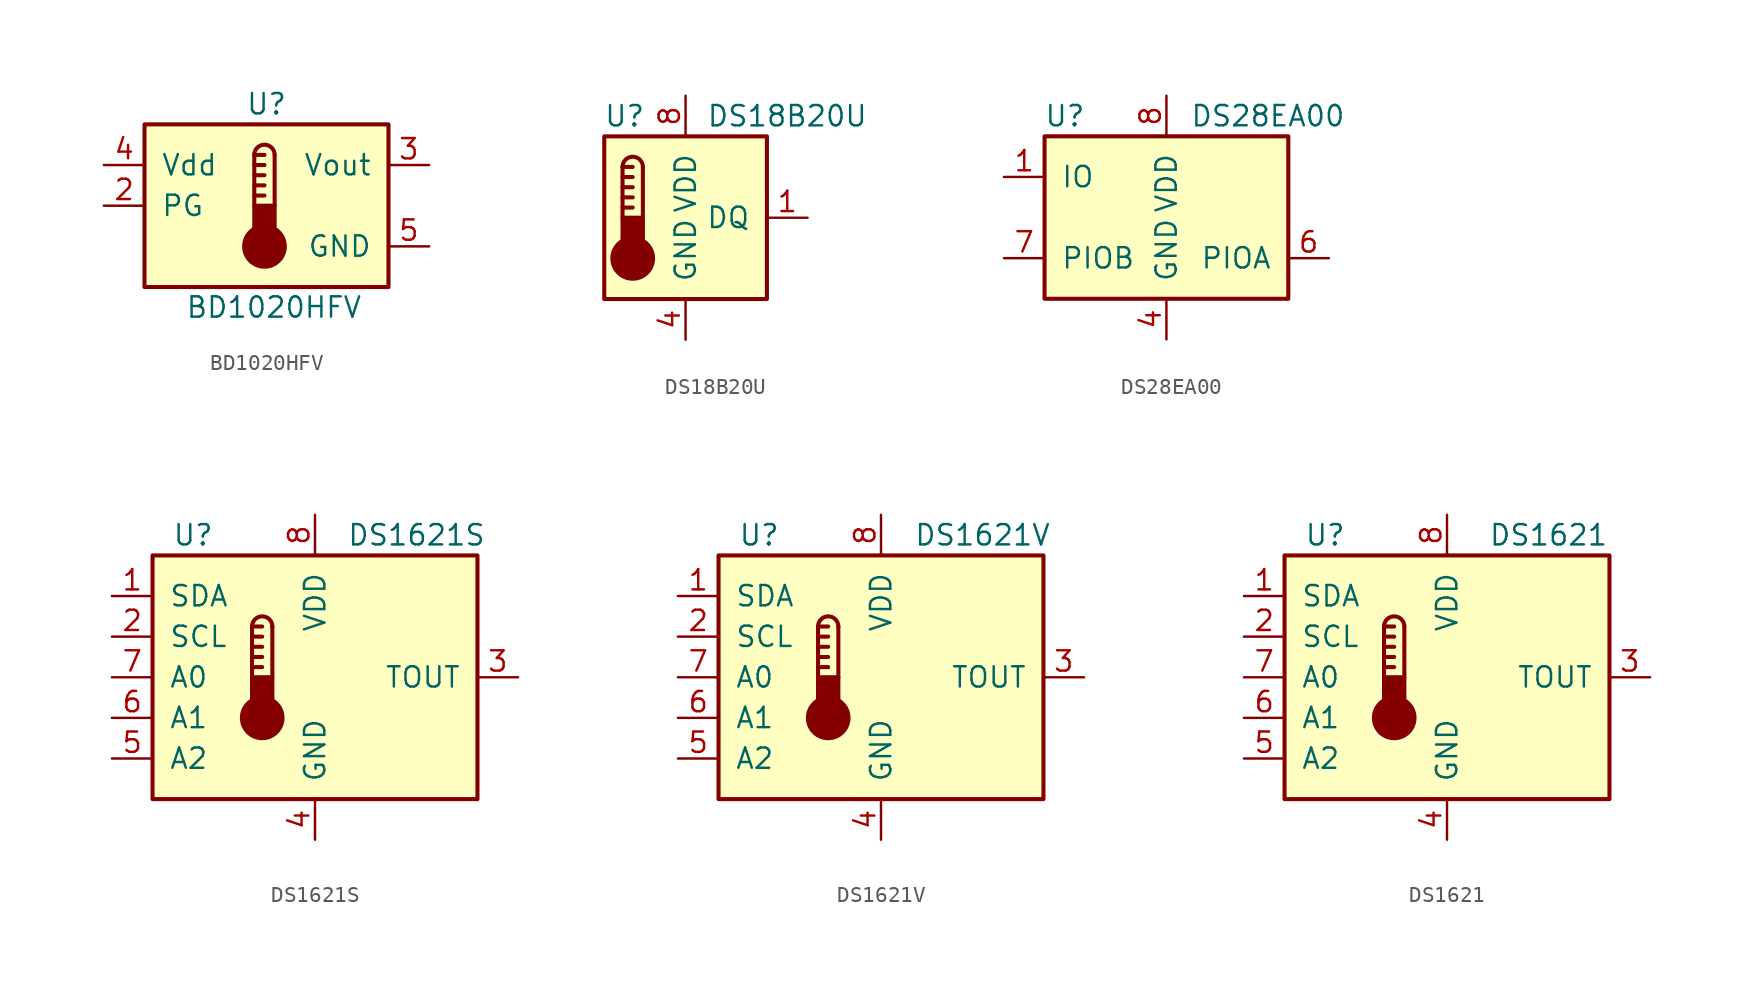
<source format=kicad_sym>
(kicad_symbol_lib
  (version 20220914)
  (generator kicad_symbol_editor)
  (symbol "BD1020HFV"
    (pin_names
      (offset 1.016))
    (property "Reference" "U"
      (at 0 6.35 0)
      (effects (font (size 1.27 1.27))))
    (property "Value" "BD1020HFV"
      (at -5.08 -6.35 0)
      (effects (font (size 1.27 1.27)) (justify left)))
    (symbol "BD1020HFV_0_1"
      (rectangle (start -7.62 5.08) (end 7.62 -5.08) (stroke (width 0.254) (type default)) (fill (type background)))
      (circle (center -0.127 -2.54) (radius 1.27) (stroke (width 0.254) (type default)) (fill (type outline)))
      (polyline (pts (xy -0.762 0.635) (xy -0.127 0.635)) (stroke (width 0.254) (type default)) (fill (type none)))
      (polyline (pts (xy -0.762 1.27) (xy -0.127 1.27)) (stroke (width 0.254) (type default)) (fill (type none)))
      (polyline (pts (xy -0.762 1.905) (xy -0.127 1.905)) (stroke (width 0.254) (type default)) (fill (type none)))
      (polyline (pts (xy -0.762 2.54) (xy -0.127 2.54)) (stroke (width 0.254) (type default)) (fill (type none)))
      (polyline (pts (xy -0.762 3.175) (xy -0.762 0)) (stroke (width 0.254) (type default)) (fill (type none)))
      (polyline (pts (xy -0.762 3.175) (xy -0.127 3.175)) (stroke (width 0.254) (type default)) (fill (type none)))
      (polyline (pts (xy 0.508 3.175) (xy 0.508 0)) (stroke (width 0.254) (type default)) (fill (type none)))
      (rectangle (start 0.508 -1.905) (end -0.762 0) (stroke (width 0.254) (type default)) (fill (type outline)))
      (arc (start 0.508 3.175) (mid -0.127 3.8073) (end -0.762 3.175) (stroke (width 0.254) (type default)) (fill (type none))))
    (symbol "BD1020HFV_1_1"
      (pin no_connect line (at -10.16 -2.54 0) (length 2.54) hide (name "NC" (effects (font (size 1.27 1.27)))) (number "1" (effects (font (size 1.27 1.27)))))
      (pin passive line (at -10.16 0 0) (length 2.54) (name "PG" (effects (font (size 1.27 1.27)))) (number "2" (effects (font (size 1.27 1.27)))))
      (pin output line (at 10.16 2.54 180) (length 2.54) (name "Vout" (effects (font (size 1.27 1.27)))) (number "3" (effects (font (size 1.27 1.27)))))
      (pin power_in line (at -10.16 2.54 0) (length 2.54) (name "Vdd" (effects (font (size 1.27 1.27)))) (number "4" (effects (font (size 1.27 1.27)))))
      (pin power_in line (at 10.16 -2.54 180) (length 2.54) (name "GND" (effects (font (size 1.27 1.27)))) (number "5" (effects (font (size 1.27 1.27)))))))
  (symbol "DS18B20U"
    (pin_names
      (offset 1.016))
    (property "Reference" "U"
      (at -3.81 6.35 0)
      (effects (font (size 1.27 1.27))))
    (property "Value" "DS18B20U"
      (at 6.35 6.35 0)
      (effects (font (size 1.27 1.27))))
    (symbol "DS18B20U_0_1"
      (rectangle (start -5.08 5.08) (end 5.08 -5.08) (stroke (width 0.254) (type default)) (fill (type background)))
      (circle (center -3.302 -2.54) (radius 1.27) (stroke (width 0.254) (type default)) (fill (type outline)))
      (rectangle (start -2.667 -1.905) (end -3.937 0) (stroke (width 0.254) (type default)) (fill (type outline)))
      (arc (start -2.667 3.175) (mid -3.302 3.8073) (end -3.937 3.175) (stroke (width 0.254) (type default)) (fill (type none)))
      (polyline (pts (xy -3.937 0.635) (xy -3.302 0.635)) (stroke (width 0.254) (type default)) (fill (type none)))
      (polyline (pts (xy -3.937 1.27) (xy -3.302 1.27)) (stroke (width 0.254) (type default)) (fill (type none)))
      (polyline (pts (xy -3.937 1.905) (xy -3.302 1.905)) (stroke (width 0.254) (type default)) (fill (type none)))
      (polyline (pts (xy -3.937 2.54) (xy -3.302 2.54)) (stroke (width 0.254) (type default)) (fill (type none)))
      (polyline (pts (xy -3.937 3.175) (xy -3.937 0)) (stroke (width 0.254) (type default)) (fill (type none)))
      (polyline (pts (xy -3.937 3.175) (xy -3.302 3.175)) (stroke (width 0.254) (type default)) (fill (type none)))
      (polyline (pts (xy -2.667 3.175) (xy -2.667 0)) (stroke (width 0.254) (type default)) (fill (type none))))
    (symbol "DS18B20U_1_1"
      (pin bidirectional line (at 7.62 0 180) (length 2.54) (name "DQ" (effects (font (size 1.27 1.27)))) (number "1" (effects (font (size 1.27 1.27)))))
      (pin no_connect line (at -7.62 2.54 0) (length 2.54) hide (name "NC" (effects (font (size 1.27 1.27)))) (number "2" (effects (font (size 1.27 1.27)))))
      (pin no_connect line (at -7.62 0 0) (length 2.54) hide (name "NC" (effects (font (size 1.27 1.27)))) (number "3" (effects (font (size 1.27 1.27)))))
      (pin power_in line (at 0 -7.62 90) (length 2.54) (name "GND" (effects (font (size 1.27 1.27)))) (number "4" (effects (font (size 1.27 1.27)))))
      (pin no_connect line (at -7.62 -2.54 0) (length 2.54) hide (name "NC" (effects (font (size 1.27 1.27)))) (number "5" (effects (font (size 1.27 1.27)))))
      (pin no_connect line (at 7.62 2.54 180) (length 2.54) hide (name "NC" (effects (font (size 1.27 1.27)))) (number "6" (effects (font (size 1.27 1.27)))))
      (pin no_connect line (at 7.62 -2.54 180) (length 2.54) hide (name "NC" (effects (font (size 1.27 1.27)))) (number "7" (effects (font (size 1.27 1.27)))))
      (pin power_in line (at 0 7.62 270) (length 2.54) (name "VDD" (effects (font (size 1.27 1.27)))) (number "8" (effects (font (size 1.27 1.27)))))))
  (symbol "DS28EA00"
    (pin_names
      (offset 1.016))
    (property "Reference" "U"
      (at -6.35 6.35 0)
      (effects (font (size 1.27 1.27))))
    (property "Value" "DS28EA00"
      (at 6.35 6.35 0)
      (effects (font (size 1.27 1.27))))
    (symbol "DS28EA00_0_1"
      (rectangle (start -7.62 5.08) (end 7.62 -5.08) (stroke (width 0.254) (type default)) (fill (type background))))
    (symbol "DS28EA00_1_1"
      (pin bidirectional line (at -10.16 2.54 0) (length 2.54) (name "IO" (effects (font (size 1.27 1.27)))) (number "1" (effects (font (size 1.27 1.27)))))
      (pin no_connect line (at -10.16 0 0) (length 2.54) hide (name "NC" (effects (font (size 1.27 1.27)))) (number "2" (effects (font (size 1.27 1.27)))))
      (pin no_connect line (at 10.16 2.54 180) (length 2.54) hide (name "NC" (effects (font (size 1.27 1.27)))) (number "3" (effects (font (size 1.27 1.27)))))
      (pin power_in line (at 0 -7.62 90) (length 2.54) (name "GND" (effects (font (size 1.27 1.27)))) (number "4" (effects (font (size 1.27 1.27)))))
      (pin no_connect line (at 10.16 0 180) (length 2.54) hide (name "NC" (effects (font (size 1.27 1.27)))) (number "5" (effects (font (size 1.27 1.27)))))
      (pin bidirectional line (at 10.16 -2.54 180) (length 2.54) (name "PIOA" (effects (font (size 1.27 1.27)))) (number "6" (effects (font (size 1.27 1.27)))))
      (pin bidirectional line (at -10.16 -2.54 0) (length 2.54) (name "PIOB" (effects (font (size 1.27 1.27)))) (number "7" (effects (font (size 1.27 1.27)))))
      (pin power_in line (at 0 7.62 270) (length 2.54) (name "VDD" (effects (font (size 1.27 1.27)))) (number "8" (effects (font (size 1.27 1.27)))))))
  (symbol "DS1621S"
    (pin_names
      (offset 1.016))
    (property "Reference" "U"
      (at -7.62 8.89 0)
      (effects (font (size 1.27 1.27))))
    (property "Value" "DS1621S"
      (at 6.35 8.89 0)
      (effects (font (size 1.27 1.27))))
    (symbol "DS1621S_0_1"
      (rectangle (start -10.16 7.62) (end 10.16 -7.62) (stroke (width 0.254) (type default)) (fill (type background)))
      (circle (center -3.302 -2.54) (radius 1.27) (stroke (width 0.254) (type default)) (fill (type outline)))
      (rectangle (start -2.667 -1.905) (end -3.937 0) (stroke (width 0.254) (type default)) (fill (type outline)))
      (arc (start -2.667 3.175) (mid -3.302 3.8073) (end -3.937 3.175) (stroke (width 0.254) (type default)) (fill (type none)))
      (polyline (pts (xy -3.937 0.635) (xy -3.302 0.635)) (stroke (width 0.254) (type default)) (fill (type none)))
      (polyline (pts (xy -3.937 1.27) (xy -3.302 1.27)) (stroke (width 0.254) (type default)) (fill (type none)))
      (polyline (pts (xy -3.937 1.905) (xy -3.302 1.905)) (stroke (width 0.254) (type default)) (fill (type none)))
      (polyline (pts (xy -3.937 2.54) (xy -3.302 2.54)) (stroke (width 0.254) (type default)) (fill (type none)))
      (polyline (pts (xy -3.937 3.175) (xy -3.937 0)) (stroke (width 0.254) (type default)) (fill (type none)))
      (polyline (pts (xy -3.937 3.175) (xy -3.302 3.175)) (stroke (width 0.254) (type default)) (fill (type none)))
      (polyline (pts (xy -2.667 3.175) (xy -2.667 0)) (stroke (width 0.254) (type default)) (fill (type none))))
    (symbol "DS1621S_1_1"
      (pin bidirectional line (at -12.7 5.08 0) (length 2.54) (name "SDA" (effects (font (size 1.27 1.27)))) (number "1" (effects (font (size 1.27 1.27)))))
      (pin input line (at -12.7 2.54 0) (length 2.54) (name "SCL" (effects (font (size 1.27 1.27)))) (number "2" (effects (font (size 1.27 1.27)))))
      (pin output line (at 12.7 0 180) (length 2.54) (name "TOUT" (effects (font (size 1.27 1.27)))) (number "3" (effects (font (size 1.27 1.27)))))
      (pin power_in line (at 0 -10.16 90) (length 2.54) (name "GND" (effects (font (size 1.27 1.27)))) (number "4" (effects (font (size 1.27 1.27)))))
      (pin input line (at -12.7 -5.08 0) (length 2.54) (name "A2" (effects (font (size 1.27 1.27)))) (number "5" (effects (font (size 1.27 1.27)))))
      (pin input line (at -12.7 -2.54 0) (length 2.54) (name "A1" (effects (font (size 1.27 1.27)))) (number "6" (effects (font (size 1.27 1.27)))))
      (pin input line (at -12.7 0 0) (length 2.54) (name "A0" (effects (font (size 1.27 1.27)))) (number "7" (effects (font (size 1.27 1.27)))))
      (pin power_in line (at 0 10.16 270) (length 2.54) (name "VDD" (effects (font (size 1.27 1.27)))) (number "8" (effects (font (size 1.27 1.27)))))))
  (symbol "DS1621V"
    (pin_names
      (offset 1.016))
    (property "Reference" "U"
      (at -7.62 8.89 0)
      (effects (font (size 1.27 1.27))))
    (property "Value" "DS1621V"
      (at 6.35 8.89 0)
      (effects (font (size 1.27 1.27))))
    (symbol "DS1621V_0_1"
      (rectangle (start -10.16 7.62) (end 10.16 -7.62) (stroke (width 0.254) (type default)) (fill (type background)))
      (circle (center -3.302 -2.54) (radius 1.27) (stroke (width 0.254) (type default)) (fill (type outline)))
      (rectangle (start -2.667 -1.905) (end -3.937 0) (stroke (width 0.254) (type default)) (fill (type outline)))
      (arc (start -2.667 3.175) (mid -3.302 3.8073) (end -3.937 3.175) (stroke (width 0.254) (type default)) (fill (type none)))
      (polyline (pts (xy -3.937 0.635) (xy -3.302 0.635)) (stroke (width 0.254) (type default)) (fill (type none)))
      (polyline (pts (xy -3.937 1.27) (xy -3.302 1.27)) (stroke (width 0.254) (type default)) (fill (type none)))
      (polyline (pts (xy -3.937 1.905) (xy -3.302 1.905)) (stroke (width 0.254) (type default)) (fill (type none)))
      (polyline (pts (xy -3.937 2.54) (xy -3.302 2.54)) (stroke (width 0.254) (type default)) (fill (type none)))
      (polyline (pts (xy -3.937 3.175) (xy -3.937 0)) (stroke (width 0.254) (type default)) (fill (type none)))
      (polyline (pts (xy -3.937 3.175) (xy -3.302 3.175)) (stroke (width 0.254) (type default)) (fill (type none)))
      (polyline (pts (xy -2.667 3.175) (xy -2.667 0)) (stroke (width 0.254) (type default)) (fill (type none))))
    (symbol "DS1621V_1_1"
      (pin bidirectional line (at -12.7 5.08 0) (length 2.54) (name "SDA" (effects (font (size 1.27 1.27)))) (number "1" (effects (font (size 1.27 1.27)))))
      (pin input line (at -12.7 2.54 0) (length 2.54) (name "SCL" (effects (font (size 1.27 1.27)))) (number "2" (effects (font (size 1.27 1.27)))))
      (pin output line (at 12.7 0 180) (length 2.54) (name "TOUT" (effects (font (size 1.27 1.27)))) (number "3" (effects (font (size 1.27 1.27)))))
      (pin power_in line (at 0 -10.16 90) (length 2.54) (name "GND" (effects (font (size 1.27 1.27)))) (number "4" (effects (font (size 1.27 1.27)))))
      (pin input line (at -12.7 -5.08 0) (length 2.54) (name "A2" (effects (font (size 1.27 1.27)))) (number "5" (effects (font (size 1.27 1.27)))))
      (pin input line (at -12.7 -2.54 0) (length 2.54) (name "A1" (effects (font (size 1.27 1.27)))) (number "6" (effects (font (size 1.27 1.27)))))
      (pin input line (at -12.7 0 0) (length 2.54) (name "A0" (effects (font (size 1.27 1.27)))) (number "7" (effects (font (size 1.27 1.27)))))
      (pin power_in line (at 0 10.16 270) (length 2.54) (name "VDD" (effects (font (size 1.27 1.27)))) (number "8" (effects (font (size 1.27 1.27)))))))
  (symbol "DS1621"
    (pin_names
      (offset 1.016))
    (property "Reference" "U"
      (at -7.62 8.89 0)
      (effects (font (size 1.27 1.27))))
    (property "Value" "DS1621"
      (at 6.35 8.89 0)
      (effects (font (size 1.27 1.27))))
    (symbol "DS1621_0_1"
      (rectangle (start -10.16 7.62) (end 10.16 -7.62) (stroke (width 0.254) (type default)) (fill (type background)))
      (circle (center -3.302 -2.54) (radius 1.27) (stroke (width 0.254) (type default)) (fill (type outline)))
      (rectangle (start -2.667 -1.905) (end -3.937 0) (stroke (width 0.254) (type default)) (fill (type outline)))
      (arc (start -2.667 3.175) (mid -3.302 3.8073) (end -3.937 3.175) (stroke (width 0.254) (type default)) (fill (type none)))
      (polyline (pts (xy -3.937 0.635) (xy -3.302 0.635)) (stroke (width 0.254) (type default)) (fill (type none)))
      (polyline (pts (xy -3.937 1.27) (xy -3.302 1.27)) (stroke (width 0.254) (type default)) (fill (type none)))
      (polyline (pts (xy -3.937 1.905) (xy -3.302 1.905)) (stroke (width 0.254) (type default)) (fill (type none)))
      (polyline (pts (xy -3.937 2.54) (xy -3.302 2.54)) (stroke (width 0.254) (type default)) (fill (type none)))
      (polyline (pts (xy -3.937 3.175) (xy -3.937 0)) (stroke (width 0.254) (type default)) (fill (type none)))
      (polyline (pts (xy -3.937 3.175) (xy -3.302 3.175)) (stroke (width 0.254) (type default)) (fill (type none)))
      (polyline (pts (xy -2.667 3.175) (xy -2.667 0)) (stroke (width 0.254) (type default)) (fill (type none))))
    (symbol "DS1621_1_1"
      (pin bidirectional line (at -12.7 5.08 0) (length 2.54) (name "SDA" (effects (font (size 1.27 1.27)))) (number "1" (effects (font (size 1.27 1.27)))))
      (pin input line (at -12.7 2.54 0) (length 2.54) (name "SCL" (effects (font (size 1.27 1.27)))) (number "2" (effects (font (size 1.27 1.27)))))
      (pin output line (at 12.7 0 180) (length 2.54) (name "TOUT" (effects (font (size 1.27 1.27)))) (number "3" (effects (font (size 1.27 1.27)))))
      (pin power_in line (at 0 -10.16 90) (length 2.54) (name "GND" (effects (font (size 1.27 1.27)))) (number "4" (effects (font (size 1.27 1.27)))))
      (pin input line (at -12.7 -5.08 0) (length 2.54) (name "A2" (effects (font (size 1.27 1.27)))) (number "5" (effects (font (size 1.27 1.27)))))
      (pin input line (at -12.7 -2.54 0) (length 2.54) (name "A1" (effects (font (size 1.27 1.27)))) (number "6" (effects (font (size 1.27 1.27)))))
      (pin input line (at -12.7 0 0) (length 2.54) (name "A0" (effects (font (size 1.27 1.27)))) (number "7" (effects (font (size 1.27 1.27)))))
      (pin power_in line (at 0 10.16 270) (length 2.54) (name "VDD" (effects (font (size 1.27 1.27)))) (number "8" (effects (font (size 1.27 1.27))))))))
</source>
